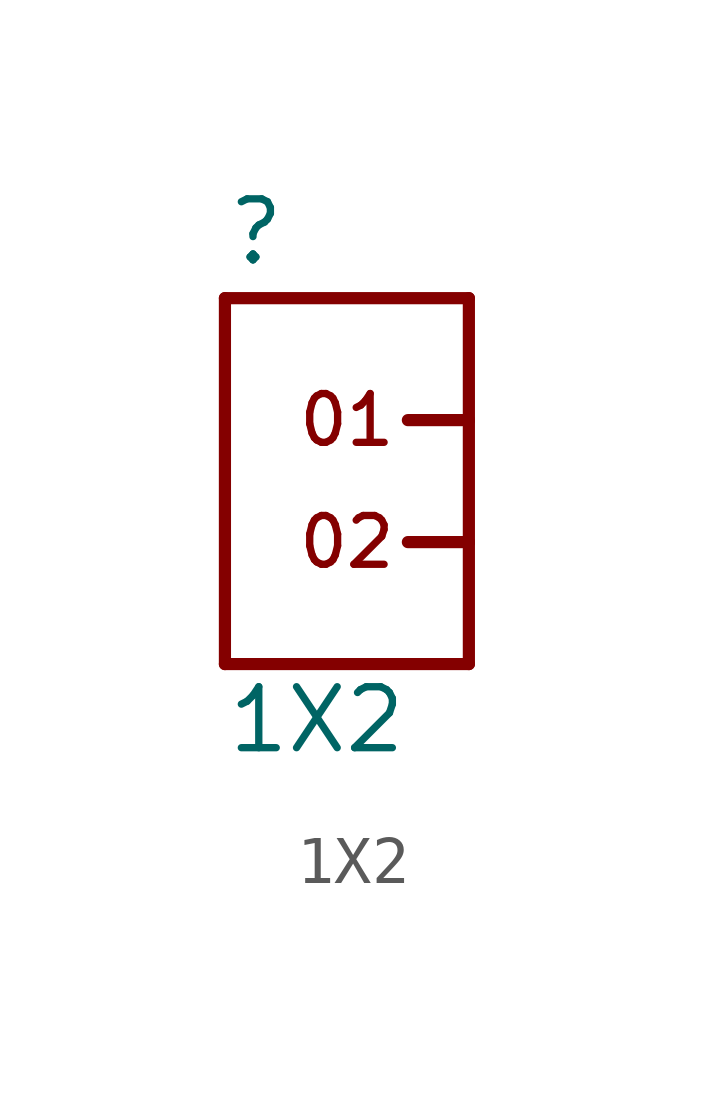
<source format=kicad_sym>
(kicad_symbol_lib
  (version 20211014)
  (generator kicad_symbol_editor)
  (symbol "1X2"
    (property "Reference" ""
      (at -2.54 3.175 0)
      (effects (font (size 1.27 1.27)) (justify left bottom)))
    (property "Value" "1X2"
      (at -2.54 -6.985 0)
      (effects (font (size 1.27 1.27)) (justify left bottom)))
    (property "ki_locked" ""
      (at 0 0 0)
      (effects (font (size 1.27 1.27))))
    (symbol "1X2_1_0"
      (polyline (pts (xy -2.54 -5.08) (xy 2.54 -5.08)) (stroke (width 0.254) (type default) (color 0 0 0 0)) (fill (type none)))
      (polyline (pts (xy -2.54 2.54) (xy -2.54 -5.08)) (stroke (width 0.254) (type default) (color 0 0 0 0)) (fill (type none)))
      (polyline (pts (xy -2.54 2.54) (xy 2.54 2.54)) (stroke (width 0.254) (type default) (color 0 0 0 0)) (fill (type none)))
      (polyline (pts (xy 1.27 -2.54) (xy 2.54 -2.54)) (stroke (width 0.254) (type default) (color 0 0 0 0)) (fill (type none)))
      (polyline (pts (xy 1.27 0) (xy 2.54 0)) (stroke (width 0.254) (type default) (color 0 0 0 0)) (fill (type none)))
      (polyline (pts (xy 2.54 -5.08) (xy 2.54 -2.54)) (stroke (width 0.254) (type default) (color 0 0 0 0)) (fill (type none)))
      (polyline (pts (xy 2.54 -2.54) (xy 2.54 0)) (stroke (width 0.254) (type default) (color 0 0 0 0)) (fill (type none)))
      (polyline (pts (xy 2.54 0) (xy 2.54 2.54)) (stroke (width 0.254) (type default) (color 0 0 0 0)) (fill (type none)))
      (text "01" (at 0 0 0) (effects (font (size 1.016 1.016))))
      (text "02" (at 0 -2.54 0) (effects (font (size 1.016 1.016))))
      (pin bidirectional line (at 2.54 0 180) (length 0) (name "1" (effects (font (size 0 0)))) (number "1" (effects (font (size 0 0)))))
      (pin bidirectional line (at 2.54 -2.54 180) (length 0) (name "2" (effects (font (size 0 0)))) (number "2" (effects (font (size 0 0))))))))
</source>
